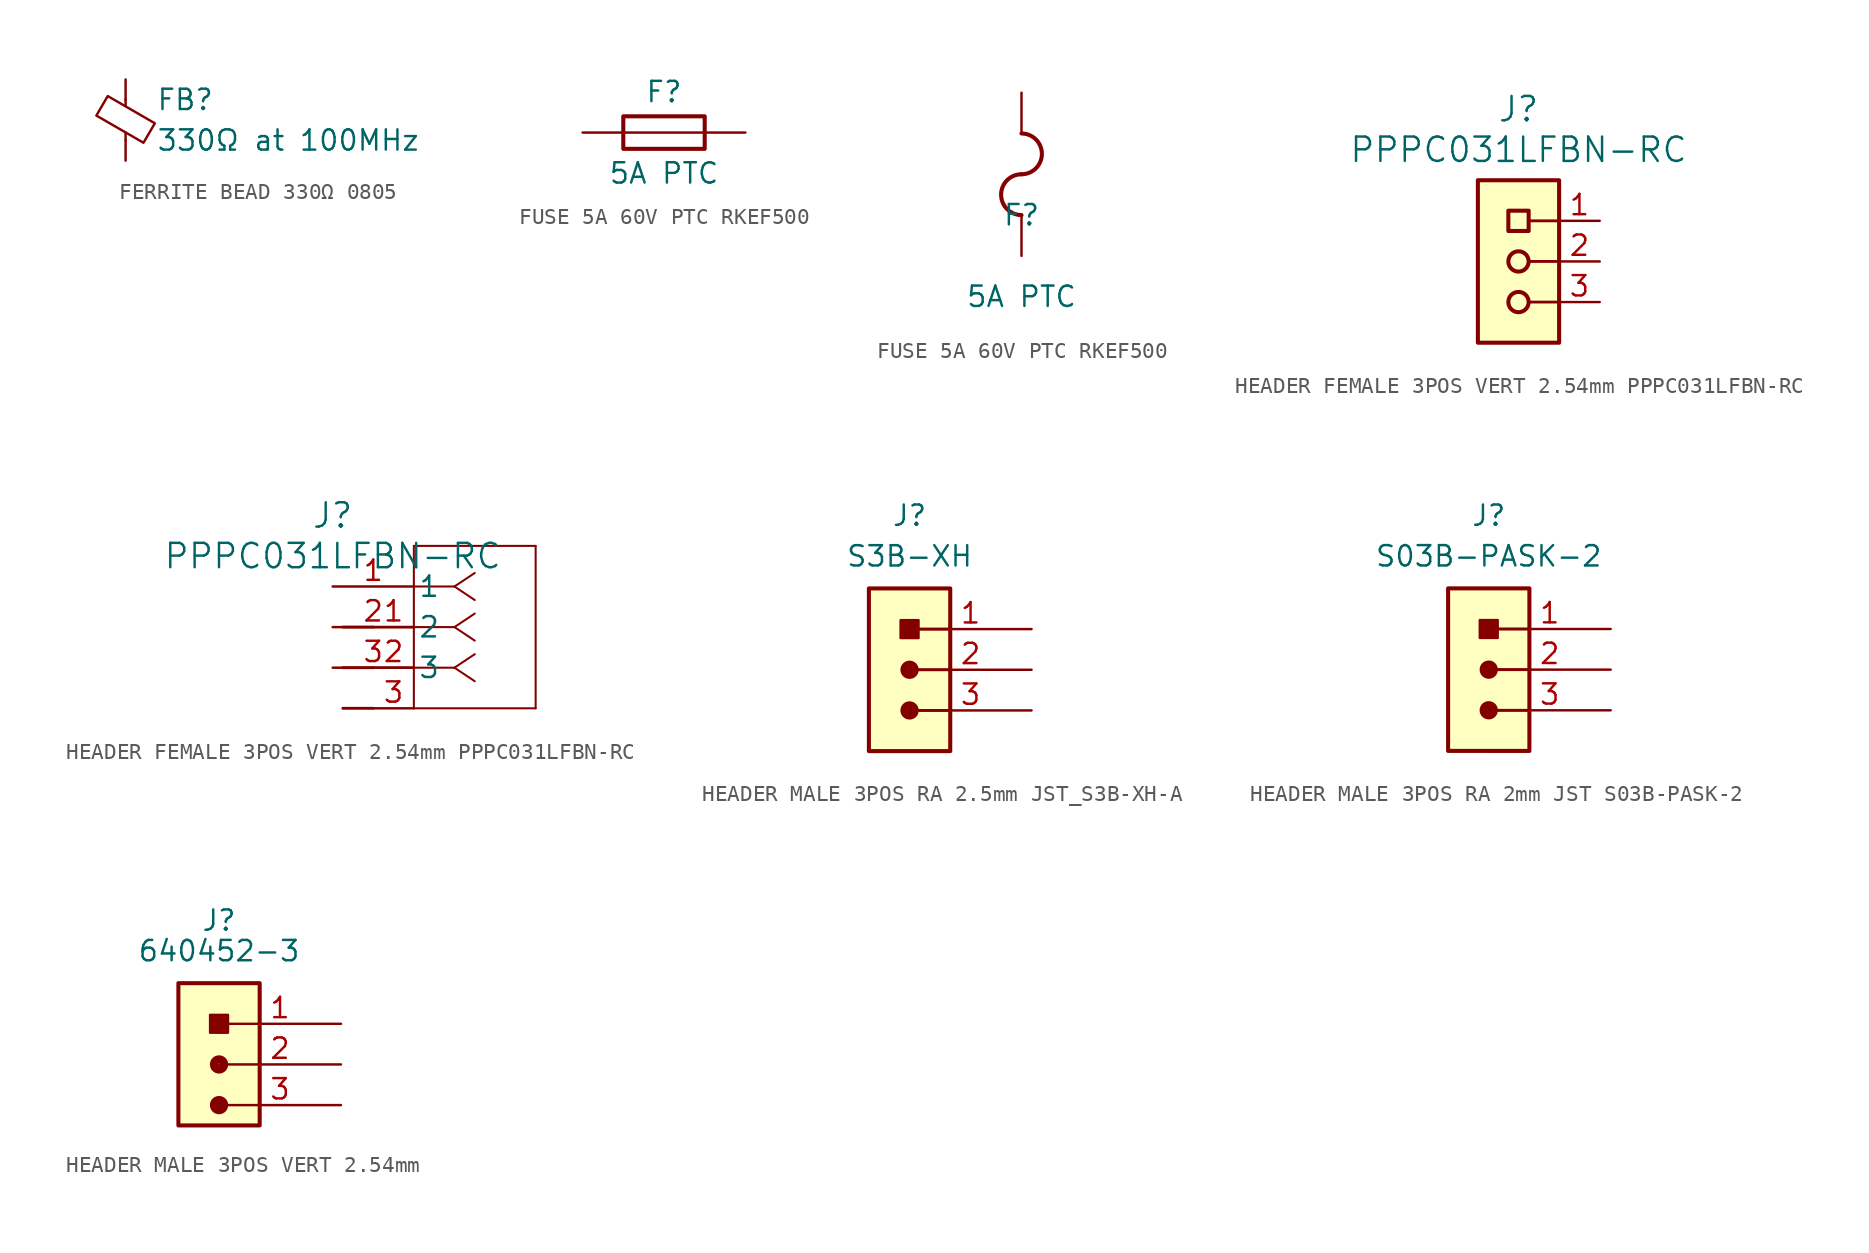
<source format=kicad_sym>
(kicad_symbol_lib
  (version 20241209)
  (generator "kicad_symbol_editor")
  (generator_version "9.0")
  (symbol "FERRITE BEAD 330Ω 0805"
    (pin_numbers
      (hide yes))
    (pin_names
      (offset 0))
    (property "Reference" "FB"
      (at 1.905 1.27 0)
      (effects (font (size 1.27 1.27)) (justify left)))
    (property "Value" "330Ω at 100MHz"
      (at 1.905 -1.27 0)
      (effects (font (size 1.27 1.27)) (justify left)))
    (symbol "FERRITE BEAD 330Ω 0805_0_1"
      (polyline (pts (xy -1.829 0.279) (xy -1.118 1.499) (xy 1.829 -0.203) (xy 1.118 -1.422) (xy -1.829 0.279)) (stroke (width 0) (type default)) (fill (type none)))
      (polyline (pts (xy 0 0.889) (xy 0 1.295)) (stroke (width 0) (type default)) (fill (type none)))
      (polyline (pts (xy 0 -1.27) (xy 0 -0.787)) (stroke (width 0) (type default)) (fill (type none))))
    (symbol "FERRITE BEAD 330Ω 0805_1_1"
      (pin passive line (at 0 2.54 270) (length 1.27) (name "~" (effects (font (size 1.27 1.27)))) (number "1" (effects (font (size 1.27 1.27)))))
      (pin passive line (at 0 -2.54 90) (length 1.27) (name "~" (effects (font (size 1.27 1.27)))) (number "2" (effects (font (size 1.27 1.27)))))))
  (symbol "FUSE 5A 60V PTC RKEF500"
    (pin_numbers
      (hide yes))
    (pin_names
      (offset 0.254)
      (hide yes))
    (property "Reference" "F"
      (at 0 2.54 0)
      (effects (font (size 1.27 1.27))))
    (property "Value" "5A PTC"
      (at 0 -2.54 0)
      (effects (font (size 1.27 1.27))))
    (symbol "FUSE 5A 60V PTC RKEF500_0_1"
      (rectangle (start -2.54 1.016) (end 2.54 -1.016) (stroke (width 0.254) (type default)) (fill (type none)))
      (polyline (pts (xy -2.54 0) (xy 2.54 0)) (stroke (width 0) (type default)) (fill (type none))))
    (symbol "FUSE 5A 60V PTC RKEF500_1_1"
      (pin passive line (at -5.08 0 0) (length 2.54) (name "" (effects (font (size 1.27 1.27)))) (number "1" (effects (font (size 1.27 1.27)))))
      (pin passive line (at 5.08 0 180) (length 2.54) (name "" (effects (font (size 1.27 1.27)))) (number "2" (effects (font (size 1.27 1.27))))))
    (symbol "FUSE 5A 60V PTC RKEF500_1_2"
      (arc (start 0 7.62) (mid 1.2645 6.35) (end 0 5.08) (stroke (width 0.254) (type default)) (fill (type none)))
      (arc (start 0 2.54) (mid -1.2645 3.81) (end 0 5.08) (stroke (width 0.254) (type default)) (fill (type none)))
      (pin unspecified line (at 0 10.16 270) (length 2.54) (name "2" (effects (font (size 1.27 1.27)))) (number "2" (effects (font (size 1.27 1.27)))))
      (pin unspecified line (at 0 0 90) (length 2.54) (name "1" (effects (font (size 1.27 1.27)))) (number "1" (effects (font (size 1.27 1.27)))))))
  (symbol "HEADER FEMALE 3POS VERT 2.54mm PPPC031LFBN-RC"
    (pin_names
      (offset 0.254))
    (property "Reference" "J"
      (at 0 4.445 0)
      (effects (font (size 1.524 1.524))))
    (property "Value" "PPPC031LFBN-RC"
      (at 0 1.905 0)
      (effects (font (size 1.524 1.524))))
    (symbol "HEADER FEMALE 3POS VERT 2.54mm PPPC031LFBN-RC_0_1"
      (rectangle (start -0.635 -1.905) (end 0.635 -3.175) (stroke (width 0.254) (type default)) (fill (type none)))
      (circle (center 0 -5.08) (radius 0.635) (stroke (width 0.254) (type default)) (fill (type none)))
      (circle (center 0 -7.62) (radius 0.635) (stroke (width 0.254) (type default)) (fill (type none))))
    (symbol "HEADER FEMALE 3POS VERT 2.54mm PPPC031LFBN-RC_1_0"
      (polyline (pts (xy 2.54 -2.54) (xy 0.635 -2.54)) (stroke (width 0.178) (type solid)) (fill (type none)))
      (polyline (pts (xy 2.54 -5.08) (xy 0.635 -5.08)) (stroke (width 0.178) (type solid)) (fill (type none)))
      (polyline (pts (xy 2.54 -7.62) (xy 0.635 -7.62)) (stroke (width 0.178) (type solid)) (fill (type none)))
      (pin passive line (at 5.08 -2.54 180) (length 2.54) (name "1" (effects (font (size 0 0)))) (number "1" (effects (font (size 1.27 1.27)))))
      (pin passive line (at 5.08 -5.08 180) (length 2.54) (name "2" (effects (font (size 0 0)))) (number "2" (effects (font (size 1.27 1.27)))))
      (pin passive line (at 5.08 -7.62 180) (length 2.54) (name "3" (effects (font (size 0 0)))) (number "3" (effects (font (size 1.27 1.27))))))
    (symbol "HEADER FEMALE 3POS VERT 2.54mm PPPC031LFBN-RC_1_1"
      (rectangle (start -2.54 0) (end 2.54 -10.16) (stroke (width 0.254) (type default)) (fill (type background))))
    (symbol "HEADER FEMALE 3POS VERT 2.54mm PPPC031LFBN-RC_1_2"
      (polyline (pts (xy 5.08 2.54) (xy 5.08 -7.62)) (stroke (width 0.127) (type default)) (fill (type none)))
      (polyline (pts (xy 5.08 -7.62) (xy 12.7 -7.62)) (stroke (width 0.127) (type default)) (fill (type none)))
      (polyline (pts (xy 7.62 0) (xy 5.08 0)) (stroke (width 0.127) (type default)) (fill (type none)))
      (polyline (pts (xy 7.62 0) (xy 8.89 0.847)) (stroke (width 0.127) (type default)) (fill (type none)))
      (polyline (pts (xy 7.62 0) (xy 8.89 -0.847)) (stroke (width 0.127) (type default)) (fill (type none)))
      (polyline (pts (xy 7.62 -2.54) (xy 5.08 -2.54)) (stroke (width 0.127) (type default)) (fill (type none)))
      (polyline (pts (xy 7.62 -2.54) (xy 8.89 -1.693)) (stroke (width 0.127) (type default)) (fill (type none)))
      (polyline (pts (xy 7.62 -2.54) (xy 8.89 -3.387)) (stroke (width 0.127) (type default)) (fill (type none)))
      (polyline (pts (xy 7.62 -5.08) (xy 5.08 -5.08)) (stroke (width 0.127) (type default)) (fill (type none)))
      (polyline (pts (xy 7.62 -5.08) (xy 8.89 -4.233)) (stroke (width 0.127) (type default)) (fill (type none)))
      (polyline (pts (xy 7.62 -5.08) (xy 8.89 -5.927)) (stroke (width 0.127) (type default)) (fill (type none)))
      (polyline (pts (xy 12.7 2.54) (xy 5.08 2.54)) (stroke (width 0.127) (type default)) (fill (type none)))
      (polyline (pts (xy 12.7 -7.62) (xy 12.7 2.54)) (stroke (width 0.127) (type default)) (fill (type none)))
      (pin unspecified line (at 0 0 0) (length 5.08) (name "1" (effects (font (size 1.27 1.27)))) (number "1" (effects (font (size 1.27 1.27)))))
      (pin unspecified line (at 0 -2.54 0) (length 5.08) (name "2" (effects (font (size 1.27 1.27)))) (number "2" (effects (font (size 1.27 1.27)))))
      (pin unspecified line (at 0 -5.08 0) (length 5.08) (name "3" (effects (font (size 1.27 1.27)))) (number "3" (effects (font (size 1.27 1.27)))))))
  (symbol "HEADER MALE 3POS RA 2.5mm JST_S3B-XH-A"
    (pin_names
      (offset 1.016))
    (property "Reference" "J"
      (at 0 3.81 0)
      (effects (font (size 1.27 1.27)) (justify bottom)))
    (property "Value" "S3B-XH"
      (at 0 1.27 0)
      (effects (font (size 1.27 1.27)) (justify bottom)))
    (symbol "HEADER MALE 3POS RA 2.5mm JST_S3B-XH-A_1_0"
      (circle (center 0 -5.08) (radius 0.318) (stroke (width 0.508) (type solid)) (fill (type none)))
      (circle (center 0 -7.62) (radius 0.318) (stroke (width 0.508) (type solid)) (fill (type none)))
      (rectangle (start 0.559 -3.099) (end -0.559 -1.981) (stroke (width 0) (type default)) (fill (type outline)))
      (polyline (pts (xy 2.54 -2.54) (xy 0 -2.54)) (stroke (width 0.178) (type solid)) (fill (type none)))
      (polyline (pts (xy 2.54 -5.08) (xy 0 -5.08)) (stroke (width 0.178) (type solid)) (fill (type none)))
      (polyline (pts (xy 2.54 -7.62) (xy 0 -7.62)) (stroke (width 0.178) (type solid)) (fill (type none)))
      (pin passive line (at 7.62 -2.54 180) (length 7.62) (name "" (effects (font (size 1.27 1.27)))) (number "1" (effects (font (size 1.27 1.27)))))
      (pin passive line (at 7.62 -5.08 180) (length 7.62) (name "" (effects (font (size 1.27 1.27)))) (number "2" (effects (font (size 1.27 1.27)))))
      (pin passive line (at 7.62 -7.62 180) (length 7.62) (name "" (effects (font (size 1.27 1.27)))) (number "3" (effects (font (size 1.27 1.27))))))
    (symbol "HEADER MALE 3POS RA 2.5mm JST_S3B-XH-A_1_1"
      (rectangle (start -2.54 0) (end 2.54 -10.16) (stroke (width 0.254) (type default)) (fill (type background)))))
  (symbol "HEADER MALE 3POS RA 2mm JST S03B-PASK-2"
    (pin_names
      (offset 1.016))
    (property "Reference" "J"
      (at 0 3.81 0)
      (effects (font (size 1.27 1.27)) (justify bottom)))
    (property "Value" "S03B-PASK-2"
      (at 0 1.27 0)
      (effects (font (size 1.27 1.27)) (justify bottom)))
    (symbol "HEADER MALE 3POS RA 2mm JST S03B-PASK-2_1_0"
      (circle (center 0 -5.08) (radius 0.318) (stroke (width 0.508) (type solid)) (fill (type none)))
      (circle (center 0 -7.62) (radius 0.318) (stroke (width 0.508) (type solid)) (fill (type none)))
      (rectangle (start 0.559 -3.099) (end -0.559 -1.981) (stroke (width 0) (type default)) (fill (type outline)))
      (polyline (pts (xy 2.54 -2.54) (xy 0 -2.54)) (stroke (width 0.178) (type solid)) (fill (type none)))
      (polyline (pts (xy 2.54 -5.08) (xy 0 -5.08)) (stroke (width 0.178) (type solid)) (fill (type none)))
      (polyline (pts (xy 2.54 -7.62) (xy 0 -7.62)) (stroke (width 0.178) (type solid)) (fill (type none)))
      (polyline (pts (xy 2.54 -10.16) (xy 0 -10.16)) (stroke (width 0.178) (type solid)) (fill (type none)))
      (pin passive line (at 7.62 -2.54 180) (length 7.62) (name "" (effects (font (size 1.27 1.27)))) (number "1" (effects (font (size 1.27 1.27)))))
      (pin passive line (at 7.62 -5.08 180) (length 7.62) (name "" (effects (font (size 1.27 1.27)))) (number "2" (effects (font (size 1.27 1.27)))))
      (pin passive line (at 7.62 -7.62 180) (length 7.62) (name "" (effects (font (size 1.27 1.27)))) (number "3" (effects (font (size 1.27 1.27))))))
    (symbol "HEADER MALE 3POS RA 2mm JST S03B-PASK-2_1_1"
      (rectangle (start -2.54 0) (end 2.54 -10.16) (stroke (width 0.254) (type default)) (fill (type background)))))
  (symbol "HEADER MALE 3POS VERT 2.54mm"
    (pin_names
      (offset 1.524))
    (property "Reference" "J"
      (at 0 3.175 0)
      (effects (font (size 1.27 1.27)) (justify bottom)))
    (property "Value" "640452-3"
      (at 0 1.27 0)
      (effects (font (size 1.27 1.27)) (justify bottom)))
    (symbol "HEADER MALE 3POS VERT 2.54mm_1_0"
      (circle (center 0 -5.08) (radius 0.318) (stroke (width 0.508) (type solid)) (fill (type none)))
      (circle (center 0 -7.62) (radius 0.318) (stroke (width 0.508) (type solid)) (fill (type none)))
      (rectangle (start 0.559 -3.099) (end -0.559 -1.981) (stroke (width 0) (type default)) (fill (type outline)))
      (pin passive line (at 7.62 -2.54 180) (length 7.62) (name "" (effects (font (size 1.27 1.27)))) (number "1" (effects (font (size 1.27 1.27)))))
      (pin passive line (at 7.62 -5.08 180) (length 7.62) (name "" (effects (font (size 1.27 1.27)))) (number "2" (effects (font (size 1.27 1.27)))))
      (pin passive line (at 7.62 -7.62 180) (length 7.62) (name "" (effects (font (size 1.27 1.27)))) (number "3" (effects (font (size 1.27 1.27))))))
    (symbol "HEADER MALE 3POS VERT 2.54mm_1_1"
      (rectangle (start -2.54 0) (end 2.54 -8.89) (stroke (width 0.254) (type default)) (fill (type background))))))
</source>
